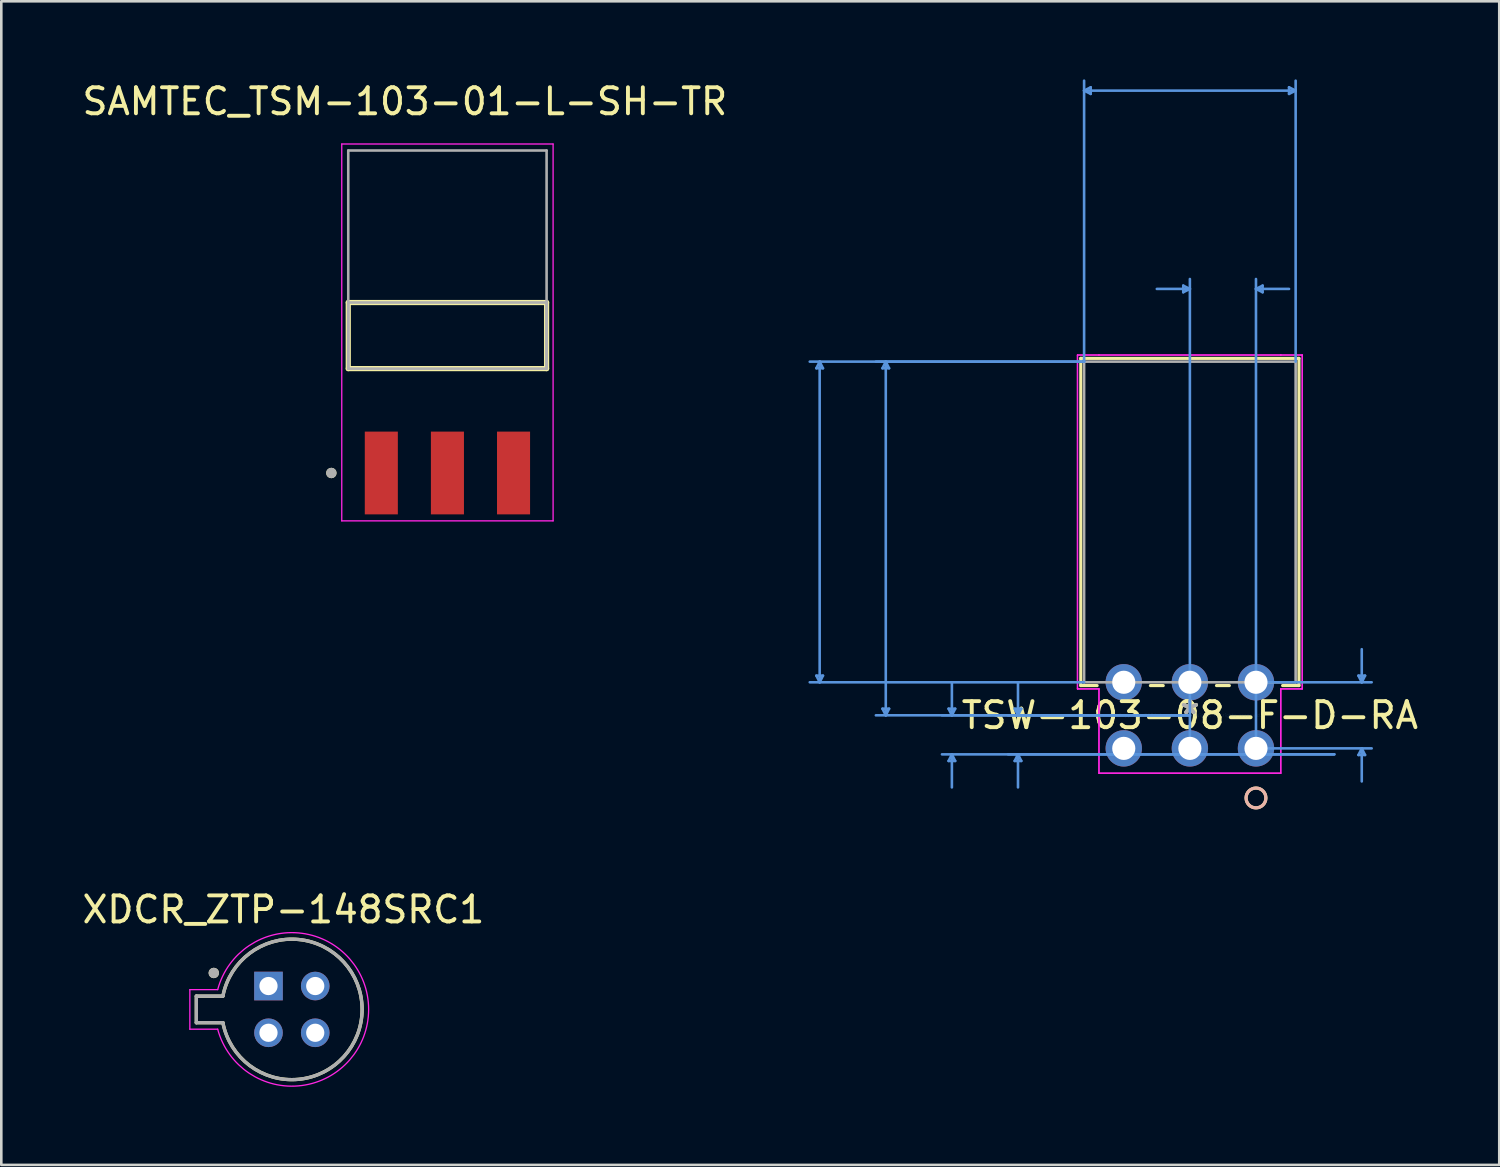
<source format=kicad_pcb>
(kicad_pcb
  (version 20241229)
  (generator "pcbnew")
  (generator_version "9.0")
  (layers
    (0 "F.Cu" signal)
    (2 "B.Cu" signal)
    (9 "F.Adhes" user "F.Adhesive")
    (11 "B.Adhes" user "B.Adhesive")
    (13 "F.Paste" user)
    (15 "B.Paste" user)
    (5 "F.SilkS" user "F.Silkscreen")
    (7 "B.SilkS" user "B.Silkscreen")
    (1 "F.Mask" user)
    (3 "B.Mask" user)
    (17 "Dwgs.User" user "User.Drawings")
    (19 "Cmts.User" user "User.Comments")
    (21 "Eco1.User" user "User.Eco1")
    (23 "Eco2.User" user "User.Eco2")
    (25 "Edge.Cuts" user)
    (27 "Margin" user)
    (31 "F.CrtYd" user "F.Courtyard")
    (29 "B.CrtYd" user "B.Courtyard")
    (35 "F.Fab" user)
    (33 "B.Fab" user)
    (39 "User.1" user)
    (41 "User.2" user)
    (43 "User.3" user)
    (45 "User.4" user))
  (footprint "XDCR_ZTP-148SRC1"
    (layer "F.Cu")
    (at 8.164 35.733)
    (property "Reference" "XDCR_ZTP-148SRC1" (at -0.325 -3.835 0) (layer "F.SilkS") (effects (font (size 1 1) (thickness 0.15))))
    (attr through_hole)
    (fp_line (start -3.67 -0.51) (end -3.67 0.51) (stroke (width 0.127) (type solid)) (layer "F.SilkS"))
    (fp_line (start -3.67 0.51) (end -2.65 0.51) (stroke (width 0.127) (type solid)) (layer "F.SilkS"))
    (fp_line (start -2.65 -0.51) (end -3.67 -0.51) (stroke (width 0.127) (type solid)) (layer "F.SilkS"))
    (fp_arc (start -2.65 -0.51) (mid 2.698651 0) (end -2.65 0.51) (stroke (width 0.127) (type solid)) (layer "F.SilkS"))
    (fp_circle (center -3 -1.4) (end -2.9 -1.4) (stroke (width 0.2) (type solid)) (fill no) (layer "F.SilkS"))
    (fp_line (start -3.92 -0.76) (end -2.85 -0.76) (stroke (width 0.05) (type solid)) (layer "F.CrtYd"))
    (fp_line (start -3.92 0.76) (end -3.92 -0.76) (stroke (width 0.05) (type solid)) (layer "F.CrtYd"))
    (fp_line (start -2.85 0.76) (end -3.92 0.76) (stroke (width 0.05) (type solid)) (layer "F.CrtYd"))
    (fp_arc (start -2.85 -0.76) (mid 2.94956 0) (end -2.85 0.76) (stroke (width 0.05) (type solid)) (layer "F.CrtYd"))
    (fp_line (start -3.67 -0.51) (end -3.67 0.51) (stroke (width 0.127) (type solid)) (layer "F.Fab"))
    (fp_line (start -3.67 0.51) (end -2.65 0.51) (stroke (width 0.127) (type solid)) (layer "F.Fab"))
    (fp_line (start -2.65 -0.51) (end -3.67 -0.51) (stroke (width 0.127) (type solid)) (layer "F.Fab"))
    (fp_arc (start -2.65 -0.51) (mid 2.698651 0) (end -2.65 0.51) (stroke (width 0.127) (type solid)) (layer "F.Fab"))
    (fp_circle (center -3 -1.4) (end -2.9 -1.4) (stroke (width 0.2) (type solid)) (fill no) (layer "F.Fab"))
    (pad "1" thru_hole rect (at -0.898 -0.898) (size 1.1 1.1) (drill 0.7) (layers "*.Cu" "*.Mask"))
    (pad "2" thru_hole circle (at -0.898 0.898) (size 1.1 1.1) (drill 0.7) (layers "*.Cu" "*.Mask"))
    (pad "3" thru_hole circle (at 0.898 0.898) (size 1.1 1.1) (drill 0.7) (layers "*.Cu" "*.Mask"))
    (pad "4" thru_hole circle (at 0.898 -0.898) (size 1.1 1.1) (drill 0.7) (layers "*.Cu" "*.Mask")))
  (footprint "SAMTEC_TSM-103-01-L-SH-TR"
    (layer "F.Cu")
    (at 14.141 9.843)
    (property "Reference" "SAMTEC_TSM-103-01-L-SH-TR" (at -1.635 -8.995 0) (layer "F.SilkS") (effects (font (size 1 1) (thickness 0.15))))
    (attr through_hole)
    (fp_line (start -3.81 1.27) (end -3.81 -1.27) (stroke (width 0.2) (type solid)) (layer "F.SilkS"))
    (fp_line (start 3.81 -1.27) (end -3.81 -1.27) (stroke (width 0.2) (type solid)) (layer "F.SilkS"))
    (fp_line (start 3.81 -1.27) (end 3.81 1.27) (stroke (width 0.2) (type solid)) (layer "F.SilkS"))
    (fp_line (start 3.81 1.27) (end -3.81 1.27) (stroke (width 0.2) (type solid)) (layer "F.SilkS"))
    (fp_circle (center -4.46 5.28) (end -4.36 5.28) (stroke (width 0.2) (type solid)) (fill no) (layer "F.SilkS"))
    (fp_line (start -4.06 -7.36) (end 4.06 -7.36) (stroke (width 0.05) (type solid)) (layer "F.CrtYd"))
    (fp_line (start -4.06 7.12) (end -4.06 -7.36) (stroke (width 0.05) (type solid)) (layer "F.CrtYd"))
    (fp_line (start 4.06 -7.36) (end 4.06 7.12) (stroke (width 0.05) (type solid)) (layer "F.CrtYd"))
    (fp_line (start 4.06 7.12) (end -4.06 7.12) (stroke (width 0.05) (type solid)) (layer "F.CrtYd"))
    (fp_line (start -3.81 -7.11) (end 3.81 -7.11) (stroke (width 0.1) (type solid)) (layer "F.Fab"))
    (fp_line (start -3.81 -1.27) (end 3.81 -1.27) (stroke (width 0.1) (type solid)) (layer "F.Fab"))
    (fp_line (start -3.81 1.27) (end -3.81 -7.11) (stroke (width 0.1) (type solid)) (layer "F.Fab"))
    (fp_line (start -3.81 1.27) (end -3.81 -1.27) (stroke (width 0.1) (type solid)) (layer "F.Fab"))
    (fp_line (start 3.81 -7.11) (end 3.81 1.27) (stroke (width 0.1) (type solid)) (layer "F.Fab"))
    (fp_line (start 3.81 -1.27) (end 3.81 1.27) (stroke (width 0.1) (type solid)) (layer "F.Fab"))
    (fp_line (start 3.81 1.27) (end -3.81 1.27) (stroke (width 0.1) (type solid)) (layer "F.Fab"))
    (fp_circle (center -4.46 5.28) (end -4.36 5.28) (stroke (width 0.2) (type solid)) (fill no) (layer "F.Fab"))
    (pad "01" smd rect (at -2.54 5.28) (size 1.27 3.18) (layers "F.Cu" "F.Mask" "F.Paste"))
    (pad "02" smd rect (at 0 5.28) (size 1.27 3.18) (layers "F.Cu" "F.Mask" "F.Paste"))
    (pad "03" smd rect (at 2.54 5.28) (size 1.27 3.18) (layers "F.Cu" "F.Mask" "F.Paste")))
  (footprint "TSW-103-08-F-D-RA"
    (layer "F.Cu")
    (at 42.667 24.434)
    (property "Reference" "TSW-103-08-F-D-RA" (at 0 0 0) (layer "F.SilkS") (effects (font (size 1 1) (thickness 0.15))))
    (attr through_hole)
    (fp_line (start -4.191 -13.716) (end -4.191 -1.143) (stroke (width 0.12) (type solid)) (layer "F.SilkS"))
    (fp_line (start -4.191 -1.143) (end -3.563 -1.143) (stroke (width 0.12) (type solid)) (layer "F.SilkS"))
    (fp_line (start -1.517 -1.143) (end -1.023 -1.143) (stroke (width 0.12) (type solid)) (layer "F.SilkS"))
    (fp_line (start 1.023 -1.143) (end 1.517 -1.143) (stroke (width 0.12) (type solid)) (layer "F.SilkS"))
    (fp_line (start 3.563 -1.143) (end 4.191 -1.143) (stroke (width 0.12) (type solid)) (layer "F.SilkS"))
    (fp_line (start 4.191 -13.716) (end -4.191 -13.716) (stroke (width 0.12) (type solid)) (layer "F.SilkS"))
    (fp_line (start 4.191 -1.143) (end 4.191 -13.716) (stroke (width 0.12) (type solid)) (layer "F.SilkS"))
    (fp_circle (center 2.54 3.175) (end 2.921 3.175) (stroke (width 0.12) (type solid)) (fill no) (layer "F.SilkS"))
    (fp_circle (center 2.54 3.175) (end 2.921 3.175) (stroke (width 0.12) (type solid)) (fill no) (layer "B.SilkS"))
    (fp_line (start -14.351 -13.335) (end -14.097 -13.335) (stroke (width 0.1) (type solid)) (layer "Cmts.User"))
    (fp_line (start -14.351 -1.524) (end -14.097 -1.524) (stroke (width 0.1) (type solid)) (layer "Cmts.User"))
    (fp_line (start -14.224 -13.589) (end -14.351 -13.335) (stroke (width 0.1) (type solid)) (layer "Cmts.User"))
    (fp_line (start -14.224 -13.589) (end -14.224 -1.27) (stroke (width 0.1) (type solid)) (layer "Cmts.User"))
    (fp_line (start -14.224 -13.589) (end -14.097 -13.335) (stroke (width 0.1) (type solid)) (layer "Cmts.User"))
    (fp_line (start -14.224 -1.27) (end -14.351 -1.524) (stroke (width 0.1) (type solid)) (layer "Cmts.User"))
    (fp_line (start -14.224 -1.27) (end -14.097 -1.524) (stroke (width 0.1) (type solid)) (layer "Cmts.User"))
    (fp_line (start -11.811 -13.335) (end -11.557 -13.335) (stroke (width 0.1) (type solid)) (layer "Cmts.User"))
    (fp_line (start -11.811 -0.254) (end -11.557 -0.254) (stroke (width 0.1) (type solid)) (layer "Cmts.User"))
    (fp_line (start -11.684 -13.589) (end -11.811 -13.335) (stroke (width 0.1) (type solid)) (layer "Cmts.User"))
    (fp_line (start -11.684 -13.589) (end -11.684 0) (stroke (width 0.1) (type solid)) (layer "Cmts.User"))
    (fp_line (start -11.684 -13.589) (end -11.557 -13.335) (stroke (width 0.1) (type solid)) (layer "Cmts.User"))
    (fp_line (start -11.684 0) (end -11.811 -0.254) (stroke (width 0.1) (type solid)) (layer "Cmts.User"))
    (fp_line (start -11.684 0) (end -11.557 -0.254) (stroke (width 0.1) (type solid)) (layer "Cmts.User"))
    (fp_line (start -9.271 -0.254) (end -9.017 -0.254) (stroke (width 0.1) (type solid)) (layer "Cmts.User"))
    (fp_line (start -9.271 1.753) (end -9.017 1.753) (stroke (width 0.1) (type solid)) (layer "Cmts.User"))
    (fp_line (start -9.144 0) (end -9.271 -0.254) (stroke (width 0.1) (type solid)) (layer "Cmts.User"))
    (fp_line (start -9.144 0) (end -9.144 -1.27) (stroke (width 0.1) (type solid)) (layer "Cmts.User"))
    (fp_line (start -9.144 0) (end -9.017 -0.254) (stroke (width 0.1) (type solid)) (layer "Cmts.User"))
    (fp_line (start -9.144 1.499) (end -9.271 1.753) (stroke (width 0.1) (type solid)) (layer "Cmts.User"))
    (fp_line (start -9.144 1.499) (end -9.144 2.769) (stroke (width 0.1) (type solid)) (layer "Cmts.User"))
    (fp_line (start -9.144 1.499) (end -9.017 1.753) (stroke (width 0.1) (type solid)) (layer "Cmts.User"))
    (fp_line (start -6.731 -0.254) (end -6.477 -0.254) (stroke (width 0.1) (type solid)) (layer "Cmts.User"))
    (fp_line (start -6.731 1.753) (end -6.477 1.753) (stroke (width 0.1) (type solid)) (layer "Cmts.User"))
    (fp_line (start -6.604 0) (end -6.731 -0.254) (stroke (width 0.1) (type solid)) (layer "Cmts.User"))
    (fp_line (start -6.604 0) (end -6.604 -1.27) (stroke (width 0.1) (type solid)) (layer "Cmts.User"))
    (fp_line (start -6.604 0) (end -6.477 -0.254) (stroke (width 0.1) (type solid)) (layer "Cmts.User"))
    (fp_line (start -6.604 1.499) (end -6.731 1.753) (stroke (width 0.1) (type solid)) (layer "Cmts.User"))
    (fp_line (start -6.604 1.499) (end -6.604 2.769) (stroke (width 0.1) (type solid)) (layer "Cmts.User"))
    (fp_line (start -6.604 1.499) (end -6.477 1.753) (stroke (width 0.1) (type solid)) (layer "Cmts.User"))
    (fp_line (start -4.064 -24.003) (end -3.81 -24.13) (stroke (width 0.1) (type solid)) (layer "Cmts.User"))
    (fp_line (start -4.064 -24.003) (end -3.81 -23.876) (stroke (width 0.1) (type solid)) (layer "Cmts.User"))
    (fp_line (start -4.064 -24.003) (end 4.064 -24.003) (stroke (width 0.1) (type solid)) (layer "Cmts.User"))
    (fp_line (start -4.064 -13.589) (end -14.605 -13.589) (stroke (width 0.1) (type solid)) (layer "Cmts.User"))
    (fp_line (start -4.064 -13.589) (end -12.065 -13.589) (stroke (width 0.1) (type solid)) (layer "Cmts.User"))
    (fp_line (start -4.064 -13.589) (end -4.064 -24.384) (stroke (width 0.1) (type solid)) (layer "Cmts.User"))
    (fp_line (start -4.064 -1.27) (end -14.605 -1.27) (stroke (width 0.1) (type solid)) (layer "Cmts.User"))
    (fp_line (start -3.81 -24.13) (end -3.81 -23.876) (stroke (width 0.1) (type solid)) (layer "Cmts.User"))
    (fp_line (start -0.254 -16.51) (end -0.254 -16.256) (stroke (width 0.1) (type solid)) (layer "Cmts.User"))
    (fp_line (start 0 -16.383) (end -1.27 -16.383) (stroke (width 0.1) (type solid)) (layer "Cmts.User"))
    (fp_line (start 0 -16.383) (end -0.254 -16.51) (stroke (width 0.1) (type solid)) (layer "Cmts.User"))
    (fp_line (start 0 -16.383) (end -0.254 -16.256) (stroke (width 0.1) (type solid)) (layer "Cmts.User"))
    (fp_line (start 0 0) (end -12.065 0) (stroke (width 0.1) (type solid)) (layer "Cmts.User"))
    (fp_line (start 0 0) (end -9.525 0) (stroke (width 0.1) (type solid)) (layer "Cmts.User"))
    (fp_line (start 0 0) (end -6.985 0) (stroke (width 0.1) (type solid)) (layer "Cmts.User"))
    (fp_line (start 0 1.27) (end 0 -16.764) (stroke (width 0.1) (type solid)) (layer "Cmts.User"))
    (fp_line (start 2.54 -16.383) (end 2.794 -16.51) (stroke (width 0.1) (type solid)) (layer "Cmts.User"))
    (fp_line (start 2.54 -16.383) (end 2.794 -16.256) (stroke (width 0.1) (type solid)) (layer "Cmts.User"))
    (fp_line (start 2.54 -16.383) (end 3.81 -16.383) (stroke (width 0.1) (type solid)) (layer "Cmts.User"))
    (fp_line (start 2.54 -1.27) (end 6.985 -1.27) (stroke (width 0.1) (type solid)) (layer "Cmts.User"))
    (fp_line (start 2.54 1.27) (end 2.54 -16.764) (stroke (width 0.1) (type solid)) (layer "Cmts.User"))
    (fp_line (start 2.54 1.27) (end 6.985 1.27) (stroke (width 0.1) (type solid)) (layer "Cmts.User"))
    (fp_line (start 2.794 -16.51) (end 2.794 -16.256) (stroke (width 0.1) (type solid)) (layer "Cmts.User"))
    (fp_line (start 3.81 -24.13) (end 3.81 -23.876) (stroke (width 0.1) (type solid)) (layer "Cmts.User"))
    (fp_line (start 4.064 -24.003) (end 3.81 -24.13) (stroke (width 0.1) (type solid)) (layer "Cmts.User"))
    (fp_line (start 4.064 -24.003) (end 3.81 -23.876) (stroke (width 0.1) (type solid)) (layer "Cmts.User"))
    (fp_line (start 4.064 -13.589) (end 4.064 -24.384) (stroke (width 0.1) (type solid)) (layer "Cmts.User"))
    (fp_line (start 5.55 1.499) (end -9.525 1.499) (stroke (width 0.1) (type solid)) (layer "Cmts.User"))
    (fp_line (start 5.55 1.499) (end -6.985 1.499) (stroke (width 0.1) (type solid)) (layer "Cmts.User"))
    (fp_line (start 6.477 -1.524) (end 6.731 -1.524) (stroke (width 0.1) (type solid)) (layer "Cmts.User"))
    (fp_line (start 6.477 1.524) (end 6.731 1.524) (stroke (width 0.1) (type solid)) (layer "Cmts.User"))
    (fp_line (start 6.604 -1.27) (end 6.477 -1.524) (stroke (width 0.1) (type solid)) (layer "Cmts.User"))
    (fp_line (start 6.604 -1.27) (end 6.604 -2.54) (stroke (width 0.1) (type solid)) (layer "Cmts.User"))
    (fp_line (start 6.604 -1.27) (end 6.731 -1.524) (stroke (width 0.1) (type solid)) (layer "Cmts.User"))
    (fp_line (start 6.604 1.27) (end 6.477 1.524) (stroke (width 0.1) (type solid)) (layer "Cmts.User"))
    (fp_line (start 6.604 1.27) (end 6.604 2.54) (stroke (width 0.1) (type solid)) (layer "Cmts.User"))
    (fp_line (start 6.604 1.27) (end 6.731 1.524) (stroke (width 0.1) (type solid)) (layer "Cmts.User"))
    (fp_line (start -4.318 -13.843) (end -4.318 -1.016) (stroke (width 0.05) (type solid)) (layer "F.CrtYd"))
    (fp_line (start -4.318 -13.843) (end -4.318 -1.016) (stroke (width 0.05) (type solid)) (layer "F.CrtYd"))
    (fp_line (start -4.318 -1.016) (end -3.493 -1.016) (stroke (width 0.05) (type solid)) (layer "F.CrtYd"))
    (fp_line (start -4.318 -1.016) (end -3.493 -1.016) (stroke (width 0.05) (type solid)) (layer "F.CrtYd"))
    (fp_line (start -3.493 -13.843) (end -4.318 -13.843) (stroke (width 0.05) (type solid)) (layer "F.CrtYd"))
    (fp_line (start -3.493 -13.843) (end -4.318 -13.843) (stroke (width 0.05) (type solid)) (layer "F.CrtYd"))
    (fp_line (start -3.493 -13.843) (end -3.493 -13.843) (stroke (width 0.05) (type solid)) (layer "F.CrtYd"))
    (fp_line (start -3.493 -13.843) (end -3.493 -13.843) (stroke (width 0.05) (type solid)) (layer "F.CrtYd"))
    (fp_line (start -3.493 -1.016) (end -3.493 2.223) (stroke (width 0.05) (type solid)) (layer "F.CrtYd"))
    (fp_line (start -3.493 -1.016) (end -3.493 2.223) (stroke (width 0.05) (type solid)) (layer "F.CrtYd"))
    (fp_line (start -3.493 2.223) (end 3.493 2.223) (stroke (width 0.05) (type solid)) (layer "F.CrtYd"))
    (fp_line (start -3.493 2.223) (end 3.493 2.223) (stroke (width 0.05) (type solid)) (layer "F.CrtYd"))
    (fp_line (start 3.493 -13.843) (end -3.493 -13.843) (stroke (width 0.05) (type solid)) (layer "F.CrtYd"))
    (fp_line (start 3.493 -13.843) (end -3.493 -13.843) (stroke (width 0.05) (type solid)) (layer "F.CrtYd"))
    (fp_line (start 3.493 -13.843) (end 3.493 -13.843) (stroke (width 0.05) (type solid)) (layer "F.CrtYd"))
    (fp_line (start 3.493 -13.843) (end 3.493 -13.843) (stroke (width 0.05) (type solid)) (layer "F.CrtYd"))
    (fp_line (start 3.493 -1.016) (end 4.318 -1.016) (stroke (width 0.05) (type solid)) (layer "F.CrtYd"))
    (fp_line (start 3.493 -1.016) (end 4.318 -1.016) (stroke (width 0.05) (type solid)) (layer "F.CrtYd"))
    (fp_line (start 3.493 2.223) (end 3.493 -1.016) (stroke (width 0.05) (type solid)) (layer "F.CrtYd"))
    (fp_line (start 3.493 2.223) (end 3.493 -1.016) (stroke (width 0.05) (type solid)) (layer "F.CrtYd"))
    (fp_line (start 4.318 -13.843) (end 3.493 -13.843) (stroke (width 0.05) (type solid)) (layer "F.CrtYd"))
    (fp_line (start 4.318 -13.843) (end 3.493 -13.843) (stroke (width 0.05) (type solid)) (layer "F.CrtYd"))
    (fp_line (start 4.318 -1.016) (end 4.318 -13.843) (stroke (width 0.05) (type solid)) (layer "F.CrtYd"))
    (fp_line (start 4.318 -1.016) (end 4.318 -13.843) (stroke (width 0.05) (type solid)) (layer "F.CrtYd"))
    (fp_line (start -4.064 -13.589) (end -4.064 -1.27) (stroke (width 0.1) (type solid)) (layer "F.Fab"))
    (fp_line (start -4.064 -1.27) (end 4.064 -1.27) (stroke (width 0.1) (type solid)) (layer "F.Fab"))
    (fp_line (start 4.064 -13.589) (end -4.064 -13.589) (stroke (width 0.1) (type solid)) (layer "F.Fab"))
    (fp_line (start 4.064 -1.27) (end 4.064 -13.589) (stroke (width 0.1) (type solid)) (layer "F.Fab"))
    (fp_circle (center 2.54 1.27) (end 2.794 1.27) (stroke (width 0.1) (type solid)) (fill no) (layer "F.Fab"))
    (fp_text user "*" (at 0 0 0) (layer "F.SilkS") (effects (font (size 1 1) (thickness 0.15))))
    (fp_text user "Copyright 2021 Accelerated Designs. All rights reserved." (at 0 0 0) (layer "Cmts.User") (effects (font (size 0.127 0.127) (thickness 0.002))))
    (fp_text user "*" (at 0 0 0) (layer "F.Fab") (effects (font (size 1 1) (thickness 0.15))))
    (pad "1" thru_hole circle (at 2.54 1.27 90) (size 1.397 1.397) (drill 0.889) (layers "*.Cu" "*.Mask"))
    (pad "2" thru_hole circle (at 2.54 -1.27 90) (size 1.397 1.397) (drill 0.889) (layers "*.Cu" "*.Mask"))
    (pad "3" thru_hole circle (at 0 1.27 90) (size 1.397 1.397) (drill 0.889) (layers "*.Cu" "*.Mask"))
    (pad "4" thru_hole circle (at 0 -1.27 90) (size 1.397 1.397) (drill 0.889) (layers "*.Cu" "*.Mask"))
    (pad "5" thru_hole circle (at -2.54 1.27 90) (size 1.397 1.397) (drill 0.889) (layers "*.Cu" "*.Mask"))
    (pad "6" thru_hole circle (at -2.54 -1.27 90) (size 1.397 1.397) (drill 0.889) (layers "*.Cu" "*.Mask")))
  (gr_rect
    (start -3 -3)
    (end 54.554 41.708)
    (stroke (width 0.1) (type default))
    (fill no)
    (layer "Edge.Cuts")))
</source>
